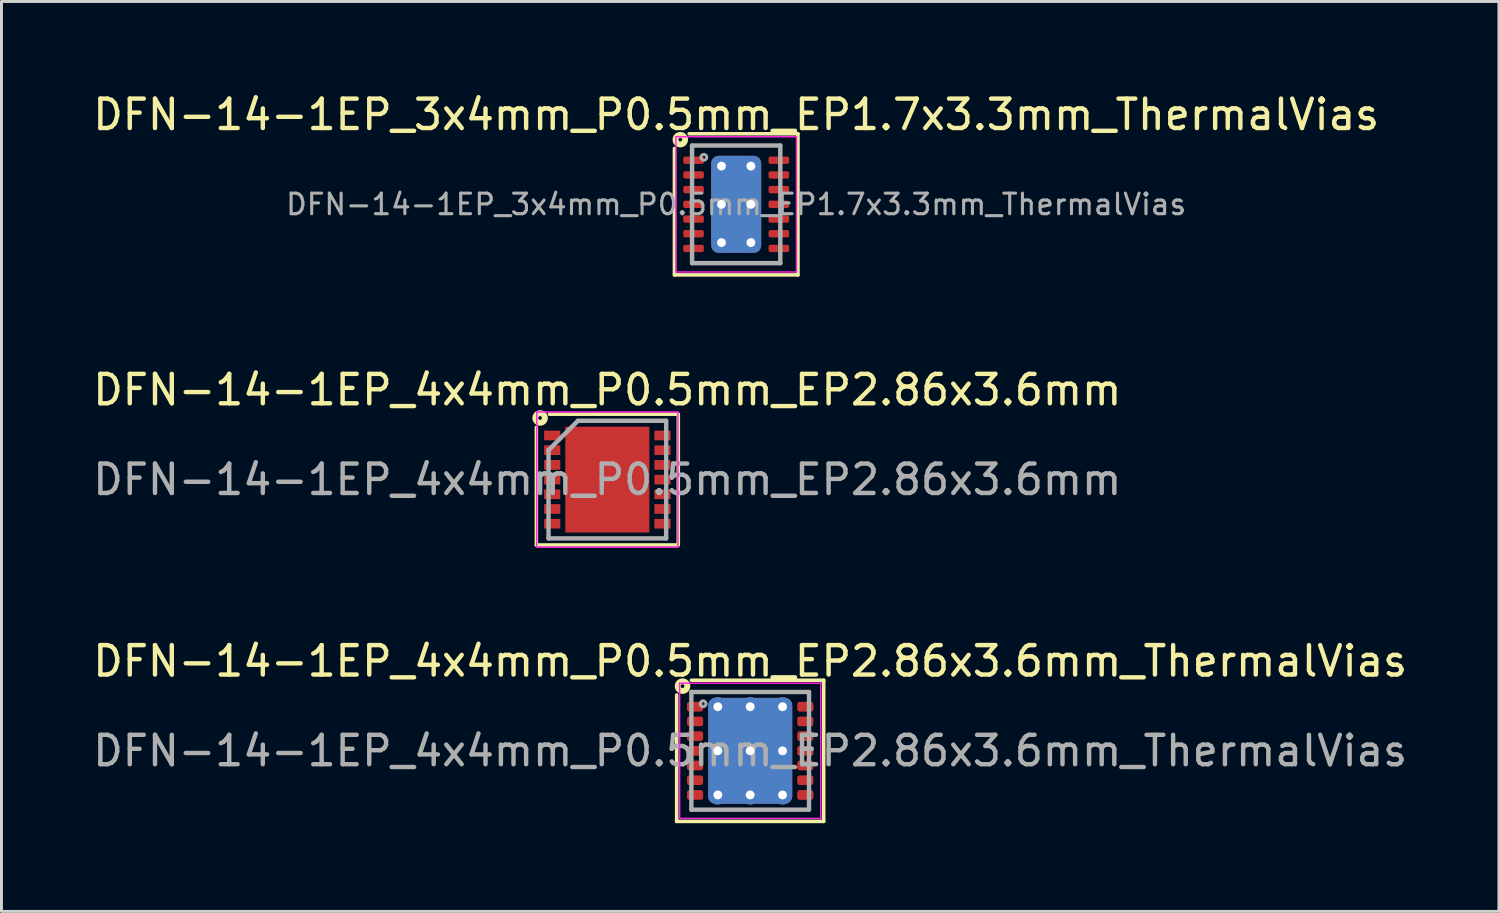
<source format=kicad_pcb>
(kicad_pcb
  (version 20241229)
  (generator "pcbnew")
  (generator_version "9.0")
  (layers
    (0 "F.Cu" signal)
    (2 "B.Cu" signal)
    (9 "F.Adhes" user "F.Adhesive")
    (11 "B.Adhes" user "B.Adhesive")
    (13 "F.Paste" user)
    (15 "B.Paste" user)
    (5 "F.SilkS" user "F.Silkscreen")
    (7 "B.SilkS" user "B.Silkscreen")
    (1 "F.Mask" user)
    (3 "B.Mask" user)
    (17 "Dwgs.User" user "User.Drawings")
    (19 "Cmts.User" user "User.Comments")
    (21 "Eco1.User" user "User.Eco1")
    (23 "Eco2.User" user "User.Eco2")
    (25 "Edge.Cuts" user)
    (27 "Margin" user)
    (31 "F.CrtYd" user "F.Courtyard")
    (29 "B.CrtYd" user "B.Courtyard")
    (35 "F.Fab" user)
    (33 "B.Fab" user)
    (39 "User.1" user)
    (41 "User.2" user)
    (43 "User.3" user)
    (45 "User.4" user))
  (footprint "DFN-14-1EP_3x4mm_P0.5mm_EP1.7x3.3mm_ThermalVias"
    (layer "F.Cu")
    (at 21.982 3.898)
    (property "Reference" "DFN-14-1EP_3x4mm_P0.5mm_EP1.7x3.3mm_ThermalVias" (at 0 -3.05 0) (layer "F.SilkS") (effects (font (size 1 1) (thickness 0.15))))
    (attr smd)
    (fp_line (start -2.1 2.4) (end -2.1 -1.9) (stroke (width 0.12) (type solid)) (layer "F.SilkS"))
    (fp_line (start -1.6 -2.4) (end 2.1 -2.4) (stroke (width 0.12) (type solid)) (layer "F.SilkS"))
    (fp_line (start 2.1 -2.4) (end 2.1 2.4) (stroke (width 0.12) (type solid)) (layer "F.SilkS"))
    (fp_line (start 2.1 2.4) (end -2.1 2.4) (stroke (width 0.12) (type solid)) (layer "F.SilkS"))
    (fp_circle (center -1.9 -2.2) (end -1.837 -2.2) (stroke (width 0.2) (type solid)) (fill no) (layer "F.SilkS"))
    (fp_line (start -2.05 -2.3) (end -2.05 2.3) (stroke (width 0.05) (type solid)) (layer "F.CrtYd"))
    (fp_line (start -2.05 -2.3) (end 2.05 -2.3) (stroke (width 0.05) (type solid)) (layer "F.CrtYd"))
    (fp_line (start -2.05 2.3) (end 2.05 2.3) (stroke (width 0.05) (type solid)) (layer "F.CrtYd"))
    (fp_line (start 2.05 -2.3) (end 2.05 2.3) (stroke (width 0.05) (type solid)) (layer "F.CrtYd"))
    (fp_line (start -1.5 -2) (end 1.5 -2) (stroke (width 0.15) (type solid)) (layer "F.Fab"))
    (fp_line (start -1.5 2) (end -1.5 -2) (stroke (width 0.15) (type solid)) (layer "F.Fab"))
    (fp_line (start 1.5 -2) (end 1.5 2) (stroke (width 0.15) (type solid)) (layer "F.Fab"))
    (fp_line (start 1.5 2) (end -1.5 2) (stroke (width 0.15) (type solid)) (layer "F.Fab"))
    (fp_circle (center -1.1 -1.6) (end -1 -1.6) (stroke (width 0.1) (type solid)) (fill no) (layer "F.Fab"))
    (fp_text user "${REFERENCE}" (at 0 0 0) (layer "F.Fab") (effects (font (size 0.7 0.7) (thickness 0.105))))
    (pad "" smd roundrect (at -0.45 -0.675) (size 0.7 1.15) (layers "F.Paste") (roundrect_rratio 0.227))
    (pad "" smd roundrect (at -0.45 0.675) (size 0.7 1.15) (layers "F.Paste") (roundrect_rratio 0.227))
    (pad "" smd roundrect (at 0.45 -0.675) (size 0.7 1.15) (layers "F.Paste") (roundrect_rratio 0.227))
    (pad "" smd roundrect (at 0.45 0.675) (size 0.7 1.15) (layers "F.Paste") (roundrect_rratio 0.227))
    (pad "1" smd roundrect (at -1.45 -1.5) (size 0.7 0.25) (layers "F.Cu" "F.Mask" "F.Paste") (roundrect_rratio 0.25))
    (pad "2" smd roundrect (at -1.45 -1) (size 0.7 0.25) (layers "F.Cu" "F.Mask" "F.Paste") (roundrect_rratio 0.25))
    (pad "3" smd roundrect (at -1.45 -0.5) (size 0.7 0.25) (layers "F.Cu" "F.Mask" "F.Paste") (roundrect_rratio 0.25))
    (pad "4" smd roundrect (at -1.45 0) (size 0.7 0.25) (layers "F.Cu" "F.Mask" "F.Paste") (roundrect_rratio 0.25))
    (pad "5" smd roundrect (at -1.45 0.5) (size 0.7 0.25) (layers "F.Cu" "F.Mask" "F.Paste") (roundrect_rratio 0.25))
    (pad "6" smd roundrect (at -1.45 1) (size 0.7 0.25) (layers "F.Cu" "F.Mask" "F.Paste") (roundrect_rratio 0.25))
    (pad "7" smd roundrect (at -1.45 1.5) (size 0.7 0.25) (layers "F.Cu" "F.Mask" "F.Paste") (roundrect_rratio 0.25))
    (pad "8" smd roundrect (at 1.45 1.5) (size 0.7 0.25) (layers "F.Cu" "F.Mask" "F.Paste") (roundrect_rratio 0.25))
    (pad "9" smd roundrect (at 1.45 1) (size 0.7 0.25) (layers "F.Cu" "F.Mask" "F.Paste") (roundrect_rratio 0.25))
    (pad "10" smd roundrect (at 1.45 0.5) (size 0.7 0.25) (layers "F.Cu" "F.Mask" "F.Paste") (roundrect_rratio 0.25))
    (pad "11" smd roundrect (at 1.45 0) (size 0.7 0.25) (layers "F.Cu" "F.Mask" "F.Paste") (roundrect_rratio 0.25))
    (pad "12" smd roundrect (at 1.45 -0.5) (size 0.7 0.25) (layers "F.Cu" "F.Mask" "F.Paste") (roundrect_rratio 0.25))
    (pad "13" smd roundrect (at 1.45 -1) (size 0.7 0.25) (layers "F.Cu" "F.Mask" "F.Paste") (roundrect_rratio 0.25))
    (pad "14" smd roundrect (at 1.45 -1.5) (size 0.7 0.25) (layers "F.Cu" "F.Mask" "F.Paste") (roundrect_rratio 0.25))
    (pad "15" thru_hole circle (at -0.5 -1.3) (size 0.65 0.65) (drill 0.3) (property pad_prop_heatsink) (layers "*.Cu"))
    (pad "15" thru_hole circle (at -0.5 0) (size 0.65 0.65) (drill 0.3) (property pad_prop_heatsink) (layers "*.Cu"))
    (pad "15" thru_hole circle (at -0.5 1.3) (size 0.65 0.65) (drill 0.3) (property pad_prop_heatsink) (layers "*.Cu"))
    (pad "15" smd roundrect (at 0 0) (size 1.7 3.3) (layers "F.Cu" "F.Mask") (roundrect_rratio 0.147))
    (pad "15" smd roundrect (at 0 0) (size 1.7 3.3) (layers "B.Cu" "B.Mask") (roundrect_rratio 0.147))
    (pad "15" thru_hole circle (at 0.5 -1.3) (size 0.65 0.65) (drill 0.3) (property pad_prop_heatsink) (layers "*.Cu"))
    (pad "15" thru_hole circle (at 0.5 0) (size 0.65 0.65) (drill 0.3) (property pad_prop_heatsink) (layers "*.Cu"))
    (pad "15" thru_hole circle (at 0.5 1.3) (size 0.65 0.65) (drill 0.3) (property pad_prop_heatsink) (layers "*.Cu")))
  (footprint "DFN-14-1EP_4x4mm_P0.5mm_EP2.86x3.6mm"
    (layer "F.Cu")
    (at 17.601 13.257)
    (property "Reference" "DFN-14-1EP_4x4mm_P0.5mm_EP2.86x3.6mm" (at 0 -3.05 0) (layer "F.SilkS") (effects (font (size 1 1) (thickness 0.15))))
    (attr smd)
    (fp_line (start -2.413 2.223) (end -2.413 -1.778) (stroke (width 0.12) (type solid)) (layer "F.SilkS"))
    (fp_line (start -1.968 -2.223) (end 2.413 -2.223) (stroke (width 0.12) (type solid)) (layer "F.SilkS"))
    (fp_line (start 2.413 -2.223) (end 2.413 2.223) (stroke (width 0.12) (type solid)) (layer "F.SilkS"))
    (fp_line (start 2.413 2.223) (end -2.413 2.223) (stroke (width 0.12) (type solid)) (layer "F.SilkS"))
    (fp_circle (center -2.286 -2.095) (end -2.223 -2.095) (stroke (width 0.2) (type solid)) (fill no) (layer "F.SilkS"))
    (fp_line (start -2.4 -2.3) (end -2.4 2.3) (stroke (width 0.05) (type solid)) (layer "F.CrtYd"))
    (fp_line (start -2.4 -2.3) (end 2.4 -2.3) (stroke (width 0.05) (type solid)) (layer "F.CrtYd"))
    (fp_line (start -2.4 2.3) (end 2.4 2.3) (stroke (width 0.05) (type solid)) (layer "F.CrtYd"))
    (fp_line (start 2.4 -2.3) (end 2.4 2.3) (stroke (width 0.05) (type solid)) (layer "F.CrtYd"))
    (fp_line (start -2 -1) (end -1 -2) (stroke (width 0.15) (type solid)) (layer "F.Fab"))
    (fp_line (start -2 2) (end -2 -1) (stroke (width 0.15) (type solid)) (layer "F.Fab"))
    (fp_line (start -1 -2) (end 2 -2) (stroke (width 0.15) (type solid)) (layer "F.Fab"))
    (fp_line (start 2 -2) (end 2 2) (stroke (width 0.15) (type solid)) (layer "F.Fab"))
    (fp_line (start 2 2) (end -2 2) (stroke (width 0.15) (type solid)) (layer "F.Fab"))
    (fp_text user "${REFERENCE}" (at 0 0 0) (layer "F.Fab") (effects (font (size 1 1) (thickness 0.15))))
    (pad "" smd rect (at -0.715 -1.35) (size 1.2 0.7) (layers "F.Paste"))
    (pad "" smd rect (at -0.715 -0.45) (size 1.2 0.7) (layers "F.Paste"))
    (pad "" smd rect (at -0.715 0.45) (size 1.2 0.7) (layers "F.Paste"))
    (pad "" smd rect (at -0.715 1.35) (size 1.2 0.7) (layers "F.Paste"))
    (pad "" smd rect (at 0.715 -1.35) (size 1.2 0.7) (layers "F.Paste"))
    (pad "" smd rect (at 0.715 -0.45) (size 1.2 0.7) (layers "F.Paste"))
    (pad "" smd rect (at 0.715 0.45) (size 1.2 0.7) (layers "F.Paste"))
    (pad "" smd rect (at 0.715 1.35) (size 1.2 0.7) (layers "F.Paste"))
    (pad "1" smd rect (at -1.875 -1.5) (size 0.55 0.33) (layers "F.Cu" "F.Mask" "F.Paste"))
    (pad "2" smd rect (at -1.875 -1) (size 0.55 0.33) (layers "F.Cu" "F.Mask" "F.Paste"))
    (pad "3" smd rect (at -1.875 -0.5) (size 0.55 0.33) (layers "F.Cu" "F.Mask" "F.Paste"))
    (pad "4" smd rect (at -1.875 0) (size 0.55 0.33) (layers "F.Cu" "F.Mask" "F.Paste"))
    (pad "5" smd rect (at -1.875 0.5) (size 0.55 0.33) (layers "F.Cu" "F.Mask" "F.Paste"))
    (pad "6" smd rect (at -1.875 1) (size 0.55 0.33) (layers "F.Cu" "F.Mask" "F.Paste"))
    (pad "7" smd rect (at -1.875 1.5) (size 0.55 0.33) (layers "F.Cu" "F.Mask" "F.Paste"))
    (pad "8" smd rect (at 1.875 1.5) (size 0.55 0.33) (layers "F.Cu" "F.Mask" "F.Paste"))
    (pad "9" smd rect (at 1.875 1) (size 0.55 0.33) (layers "F.Cu" "F.Mask" "F.Paste"))
    (pad "10" smd rect (at 1.875 0.5) (size 0.55 0.33) (layers "F.Cu" "F.Mask" "F.Paste"))
    (pad "11" smd rect (at 1.875 0) (size 0.55 0.33) (layers "F.Cu" "F.Mask" "F.Paste"))
    (pad "12" smd rect (at 1.875 -0.5) (size 0.55 0.33) (layers "F.Cu" "F.Mask" "F.Paste"))
    (pad "13" smd rect (at 1.875 -1) (size 0.55 0.33) (layers "F.Cu" "F.Mask" "F.Paste"))
    (pad "14" smd rect (at 1.875 -1.5) (size 0.55 0.33) (layers "F.Cu" "F.Mask" "F.Paste"))
    (pad "15" smd rect (at 0 0) (size 2.86 3.6) (layers "F.Cu" "F.Mask")))
  (footprint "DFN-14-1EP_4x4mm_P0.5mm_EP2.86x3.6mm_ThermalVias"
    (layer "F.Cu")
    (at 22.458 22.48)
    (property "Reference" "DFN-14-1EP_4x4mm_P0.5mm_EP2.86x3.6mm_ThermalVias" (at 0 -3.05 0) (layer "F.SilkS") (effects (font (size 1 1) (thickness 0.15))))
    (attr smd)
    (fp_line (start -2.5 2.4) (end -2.5 -1.9) (stroke (width 0.12) (type solid)) (layer "F.SilkS"))
    (fp_line (start -2 -2.4) (end 2.5 -2.4) (stroke (width 0.12) (type solid)) (layer "F.SilkS"))
    (fp_line (start 2.5 -2.4) (end 2.5 2.4) (stroke (width 0.12) (type solid)) (layer "F.SilkS"))
    (fp_line (start 2.5 2.4) (end -2.5 2.4) (stroke (width 0.12) (type solid)) (layer "F.SilkS"))
    (fp_circle (center -2.3 -2.2) (end -2.236 -2.2) (stroke (width 0.2) (type solid)) (fill no) (layer "F.SilkS"))
    (fp_line (start -2.4 -2.3) (end -2.4 2.3) (stroke (width 0.05) (type solid)) (layer "F.CrtYd"))
    (fp_line (start -2.4 -2.3) (end 2.4 -2.3) (stroke (width 0.05) (type solid)) (layer "F.CrtYd"))
    (fp_line (start -2.4 2.3) (end 2.4 2.3) (stroke (width 0.05) (type solid)) (layer "F.CrtYd"))
    (fp_line (start 2.4 -2.3) (end 2.4 2.3) (stroke (width 0.05) (type solid)) (layer "F.CrtYd"))
    (fp_line (start -2 -2) (end 2 -2) (stroke (width 0.15) (type solid)) (layer "F.Fab"))
    (fp_line (start -2 2) (end -2 -2) (stroke (width 0.15) (type solid)) (layer "F.Fab"))
    (fp_line (start 2 -2) (end 2 2) (stroke (width 0.15) (type solid)) (layer "F.Fab"))
    (fp_line (start 2 2) (end -2 2) (stroke (width 0.15) (type solid)) (layer "F.Fab"))
    (fp_circle (center -1.6 -1.6) (end -1.5 -1.6) (stroke (width 0.1) (type solid)) (fill no) (layer "F.Fab"))
    (fp_text user "${REFERENCE}" (at 0 0 0) (layer "F.Fab") (effects (font (size 1 1) (thickness 0.15))))
    (pad "" smd roundrect (at -0.625 -0.8) (size 1.05 1.4) (layers "F.Paste") (roundrect_rratio 0.25))
    (pad "" smd roundrect (at -0.625 0.8) (size 1.05 1.4) (layers "F.Paste") (roundrect_rratio 0.25))
    (pad "" smd roundrect (at 0.625 -0.8) (size 1.05 1.4) (layers "F.Paste") (roundrect_rratio 0.25))
    (pad "" smd roundrect (at 0.625 0.8) (size 1.05 1.4) (layers "F.Paste") (roundrect_rratio 0.25))
    (pad "1" smd roundrect (at -1.875 -1.5) (size 0.55 0.33) (layers "F.Cu" "F.Mask" "F.Paste") (roundrect_rratio 0.25))
    (pad "2" smd roundrect (at -1.875 -1) (size 0.55 0.33) (layers "F.Cu" "F.Mask" "F.Paste") (roundrect_rratio 0.25))
    (pad "3" smd roundrect (at -1.875 -0.5) (size 0.55 0.33) (layers "F.Cu" "F.Mask" "F.Paste") (roundrect_rratio 0.25))
    (pad "4" smd roundrect (at -1.875 0) (size 0.55 0.33) (layers "F.Cu" "F.Mask" "F.Paste") (roundrect_rratio 0.25))
    (pad "5" smd roundrect (at -1.875 0.5) (size 0.55 0.33) (layers "F.Cu" "F.Mask" "F.Paste") (roundrect_rratio 0.25))
    (pad "6" smd roundrect (at -1.875 1) (size 0.55 0.33) (layers "F.Cu" "F.Mask" "F.Paste") (roundrect_rratio 0.25))
    (pad "7" smd roundrect (at -1.875 1.5) (size 0.55 0.33) (layers "F.Cu" "F.Mask" "F.Paste") (roundrect_rratio 0.25))
    (pad "8" smd roundrect (at 1.875 1.5) (size 0.55 0.33) (layers "F.Cu" "F.Mask" "F.Paste") (roundrect_rratio 0.25))
    (pad "9" smd roundrect (at 1.875 1) (size 0.55 0.33) (layers "F.Cu" "F.Mask" "F.Paste") (roundrect_rratio 0.25))
    (pad "10" smd roundrect (at 1.875 0.5) (size 0.55 0.33) (layers "F.Cu" "F.Mask" "F.Paste") (roundrect_rratio 0.25))
    (pad "11" smd roundrect (at 1.875 0) (size 0.55 0.33) (layers "F.Cu" "F.Mask" "F.Paste") (roundrect_rratio 0.25))
    (pad "12" smd roundrect (at 1.875 -0.5) (size 0.55 0.33) (layers "F.Cu" "F.Mask" "F.Paste") (roundrect_rratio 0.25))
    (pad "13" smd roundrect (at 1.875 -1) (size 0.55 0.33) (layers "F.Cu" "F.Mask" "F.Paste") (roundrect_rratio 0.25))
    (pad "14" smd roundrect (at 1.875 -1.5) (size 0.55 0.33) (layers "F.Cu" "F.Mask" "F.Paste") (roundrect_rratio 0.25))
    (pad "15" thru_hole circle (at -1.1 -1.5) (size 0.65 0.65) (drill 0.3) (property pad_prop_heatsink) (layers "*.Cu"))
    (pad "15" thru_hole circle (at -1.1 0) (size 0.65 0.65) (drill 0.3) (property pad_prop_heatsink) (layers "*.Cu"))
    (pad "15" thru_hole circle (at -1.1 1.5) (size 0.65 0.65) (drill 0.3) (property pad_prop_heatsink) (layers "*.Cu"))
    (pad "15" thru_hole circle (at 0 -1.5) (size 0.65 0.65) (drill 0.3) (property pad_prop_heatsink) (layers "*.Cu"))
    (pad "15" thru_hole circle (at 0 0) (size 0.65 0.65) (drill 0.3) (property pad_prop_heatsink) (layers "*.Cu"))
    (pad "15" smd roundrect (at 0 0) (size 2.86 3.6) (layers "F.Cu" "F.Mask") (roundrect_rratio 0.087))
    (pad "15" smd roundrect (at 0 0) (size 2.86 3.6) (layers "B.Cu" "B.Mask") (roundrect_rratio 0.087))
    (pad "15" thru_hole circle (at 0 1.5) (size 0.65 0.65) (drill 0.3) (property pad_prop_heatsink) (layers "*.Cu"))
    (pad "15" thru_hole circle (at 1.1 -1.5) (size 0.65 0.65) (drill 0.3) (property pad_prop_heatsink) (layers "*.Cu"))
    (pad "15" thru_hole circle (at 1.1 0) (size 0.65 0.65) (drill 0.3) (property pad_prop_heatsink) (layers "*.Cu"))
    (pad "15" thru_hole circle (at 1.1 1.5) (size 0.65 0.65) (drill 0.3) (property pad_prop_heatsink) (layers "*.Cu")))
  (gr_rect
    (start -3 -3)
    (end 47.917 27.94)
    (stroke (width 0.1) (type default))
    (fill no)
    (layer "Edge.Cuts")))
</source>
